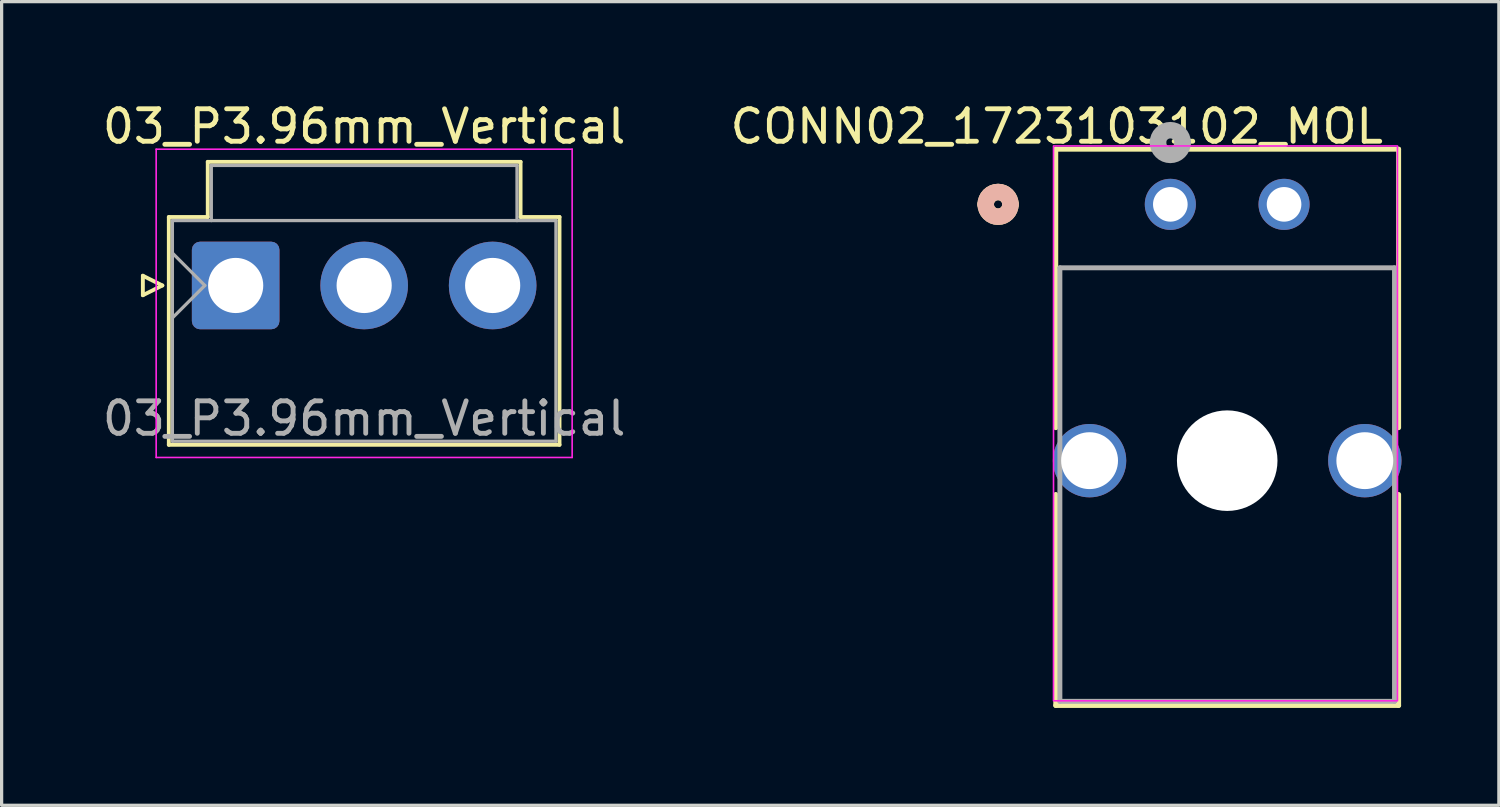
<source format=kicad_pcb>
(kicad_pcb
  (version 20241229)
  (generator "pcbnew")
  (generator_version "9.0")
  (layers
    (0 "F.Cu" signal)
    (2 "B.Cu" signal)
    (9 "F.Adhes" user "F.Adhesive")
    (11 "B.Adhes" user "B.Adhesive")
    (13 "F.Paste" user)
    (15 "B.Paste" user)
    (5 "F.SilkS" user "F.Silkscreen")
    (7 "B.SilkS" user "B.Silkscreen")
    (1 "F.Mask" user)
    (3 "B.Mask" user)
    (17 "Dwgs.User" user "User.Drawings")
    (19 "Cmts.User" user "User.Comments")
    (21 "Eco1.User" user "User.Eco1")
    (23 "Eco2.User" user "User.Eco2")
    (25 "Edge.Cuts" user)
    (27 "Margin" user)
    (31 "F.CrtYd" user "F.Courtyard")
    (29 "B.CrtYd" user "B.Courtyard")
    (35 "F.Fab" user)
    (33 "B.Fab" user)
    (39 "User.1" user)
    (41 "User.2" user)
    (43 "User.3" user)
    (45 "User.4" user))
  (footprint "03_P3.96mm_Vertical"
    (layer "F.Cu")
    (at 4.213 5.748)
    (property "Reference" "03_P3.96mm_Vertical" (at 3.96 -4.9 0) (layer "F.SilkS") (effects (font (size 1 1) (thickness 0.15))))
    (attr through_hole)
    (fp_line (start -2.86 -0.3) (end -2.26 0) (stroke (width 0.12) (type solid)) (layer "F.SilkS"))
    (fp_line (start -2.86 0.3) (end -2.86 -0.3) (stroke (width 0.12) (type solid)) (layer "F.SilkS"))
    (fp_line (start -2.26 0) (end -2.86 0.3) (stroke (width 0.12) (type solid)) (layer "F.SilkS"))
    (fp_line (start -2.06 -2.11) (end -0.86 -2.11) (stroke (width 0.12) (type solid)) (layer "F.SilkS"))
    (fp_line (start -2.06 4.91) (end -2.06 -2.11) (stroke (width 0.12) (type solid)) (layer "F.SilkS"))
    (fp_line (start -0.86 -3.81) (end 8.78 -3.81) (stroke (width 0.12) (type solid)) (layer "F.SilkS"))
    (fp_line (start -0.86 -2.11) (end -0.86 -3.81) (stroke (width 0.12) (type solid)) (layer "F.SilkS"))
    (fp_line (start 8.78 -3.81) (end 8.78 -2.11) (stroke (width 0.12) (type solid)) (layer "F.SilkS"))
    (fp_line (start 8.78 -2.11) (end 9.98 -2.11) (stroke (width 0.12) (type solid)) (layer "F.SilkS"))
    (fp_line (start 9.98 -2.11) (end 9.98 4.91) (stroke (width 0.12) (type solid)) (layer "F.SilkS"))
    (fp_line (start 9.98 4.91) (end -2.06 4.91) (stroke (width 0.12) (type solid)) (layer "F.SilkS"))
    (fp_line (start -2.45 -4.2) (end -2.45 5.3) (stroke (width 0.05) (type solid)) (layer "F.CrtYd"))
    (fp_line (start -2.45 5.3) (end 10.37 5.3) (stroke (width 0.05) (type solid)) (layer "F.CrtYd"))
    (fp_line (start 10.37 -4.2) (end -2.45 -4.2) (stroke (width 0.05) (type solid)) (layer "F.CrtYd"))
    (fp_line (start 10.37 5.3) (end 10.37 -4.2) (stroke (width 0.05) (type solid)) (layer "F.CrtYd"))
    (fp_line (start -1.95 -2) (end -1.95 4.8) (stroke (width 0.1) (type solid)) (layer "F.Fab"))
    (fp_line (start -1.95 -1) (end -0.95 0) (stroke (width 0.1) (type solid)) (layer "F.Fab"))
    (fp_line (start -1.95 1) (end -0.95 0) (stroke (width 0.1) (type solid)) (layer "F.Fab"))
    (fp_line (start -1.95 4.8) (end 9.87 4.8) (stroke (width 0.1) (type solid)) (layer "F.Fab"))
    (fp_line (start -0.75 -3.7) (end 8.67 -3.7) (stroke (width 0.1) (type solid)) (layer "F.Fab"))
    (fp_line (start -0.75 -2) (end -0.75 -3.7) (stroke (width 0.1) (type solid)) (layer "F.Fab"))
    (fp_line (start 8.67 -3.7) (end 8.67 -2) (stroke (width 0.1) (type solid)) (layer "F.Fab"))
    (fp_line (start 9.87 -2) (end -1.95 -2) (stroke (width 0.1) (type solid)) (layer "F.Fab"))
    (fp_line (start 9.87 4.8) (end 9.87 -2) (stroke (width 0.1) (type solid)) (layer "F.Fab"))
    (fp_text user "${REFERENCE}" (at 3.96 4.1 0) (layer "F.Fab") (effects (font (size 1 1) (thickness 0.15))))
    (pad "1" thru_hole roundrect (at 0 0) (size 2.7 2.7) (drill 1.7) (layers "*.Cu" "*.Mask") (roundrect_rratio 0.093))
    (pad "2" thru_hole circle (at 3.96 0) (size 2.7 2.7) (drill 1.7) (layers "*.Cu" "*.Mask"))
    (pad "3" thru_hole circle (at 7.92 0) (size 2.7 2.7) (drill 1.7) (layers "*.Cu" "*.Mask")))
  (footprint "CONN02_1723103102_MOL"
    (layer "F.Cu")
    (at 33.018 3.248)
    (property "Reference" "CONN02_1723103102_MOL" (at -3.5 -2.4 0) (layer "F.SilkS") (effects (font (size 1 1) (thickness 0.15))))
    (attr through_hole)
    (fp_line (start -3.531 -1.7) (end -3.531 6.883) (stroke (width 0.152) (type solid)) (layer "F.SilkS"))
    (fp_line (start -3.531 8.941) (end -3.531 15.443) (stroke (width 0.152) (type solid)) (layer "F.SilkS"))
    (fp_line (start -3.531 15.443) (end 7.036 15.443) (stroke (width 0.152) (type solid)) (layer "F.SilkS"))
    (fp_line (start 7.036 -1.7) (end -3.531 -1.7) (stroke (width 0.152) (type solid)) (layer "F.SilkS"))
    (fp_line (start 7.036 6.883) (end 7.036 -1.7) (stroke (width 0.152) (type solid)) (layer "F.SilkS"))
    (fp_line (start 7.036 15.443) (end 7.036 8.941) (stroke (width 0.152) (type solid)) (layer "F.SilkS"))
    (fp_arc (start -5.6896 0) (mid -5.3086 -0.381) (end -4.9276 0) (stroke (width 0.508) (type solid)) (layer "F.SilkS"))
    (fp_arc (start -4.9276 0) (mid -5.3086 0.381) (end -5.6896 0) (stroke (width 0.508) (type solid)) (layer "F.SilkS"))
    (fp_arc (start -5.6896 0) (mid -5.3086 -0.381) (end -4.9276 0) (stroke (width 0.508) (type solid)) (layer "B.SilkS"))
    (fp_arc (start -4.9276 0) (mid -5.3086 0.381) (end -5.6896 0) (stroke (width 0.508) (type solid)) (layer "B.SilkS"))
    (fp_rect (start -3.6 -1.8) (end 7 15.3) (stroke (width 0.05) (type default)) (fill no) (layer "F.CrtYd"))
    (fp_line (start -3.404 1.956) (end -3.404 15.316) (stroke (width 0.152) (type solid)) (layer "F.Fab"))
    (fp_line (start -3.404 15.316) (end 6.909 15.316) (stroke (width 0.152) (type solid)) (layer "F.Fab"))
    (fp_line (start 6.909 1.956) (end -3.404 1.956) (stroke (width 0.152) (type solid)) (layer "F.Fab"))
    (fp_line (start 6.909 15.316) (end 6.909 1.956) (stroke (width 0.152) (type solid)) (layer "F.Fab"))
    (fp_arc (start -0.381 -1.905) (mid 0 -2.286) (end 0.381 -1.905) (stroke (width 0.508) (type solid)) (layer "F.Fab"))
    (fp_arc (start 0.381 -1.905) (mid 0 -1.524) (end -0.381 -1.905) (stroke (width 0.508) (type solid)) (layer "F.Fab"))
    (pad "" np_thru_hole circle (at 1.753 7.899) (size 3.099 3.099) (drill 3.099) (layers "*.Cu" "*.Mask"))
    (pad "1" thru_hole circle (at 0 0) (size 1.575 1.575) (drill 1.067) (layers "*.Cu" "*.Mask"))
    (pad "2" thru_hole circle (at 3.505 0) (size 1.575 1.575) (drill 1.067) (layers "*.Cu" "*.Mask"))
    (pad "4" thru_hole circle (at -2.489 7.899) (size 2.261 2.261) (drill 1.753) (layers "*.Cu" "*.Mask"))
    (pad "5" thru_hole circle (at 5.994 7.899) (size 2.261 2.261) (drill 1.753) (layers "*.Cu" "*.Mask")))
  (gr_rect
    (start -3 -3)
    (end 43.143 21.768)
    (stroke (width 0.1) (type default))
    (fill no)
    (layer "Edge.Cuts")))
</source>
